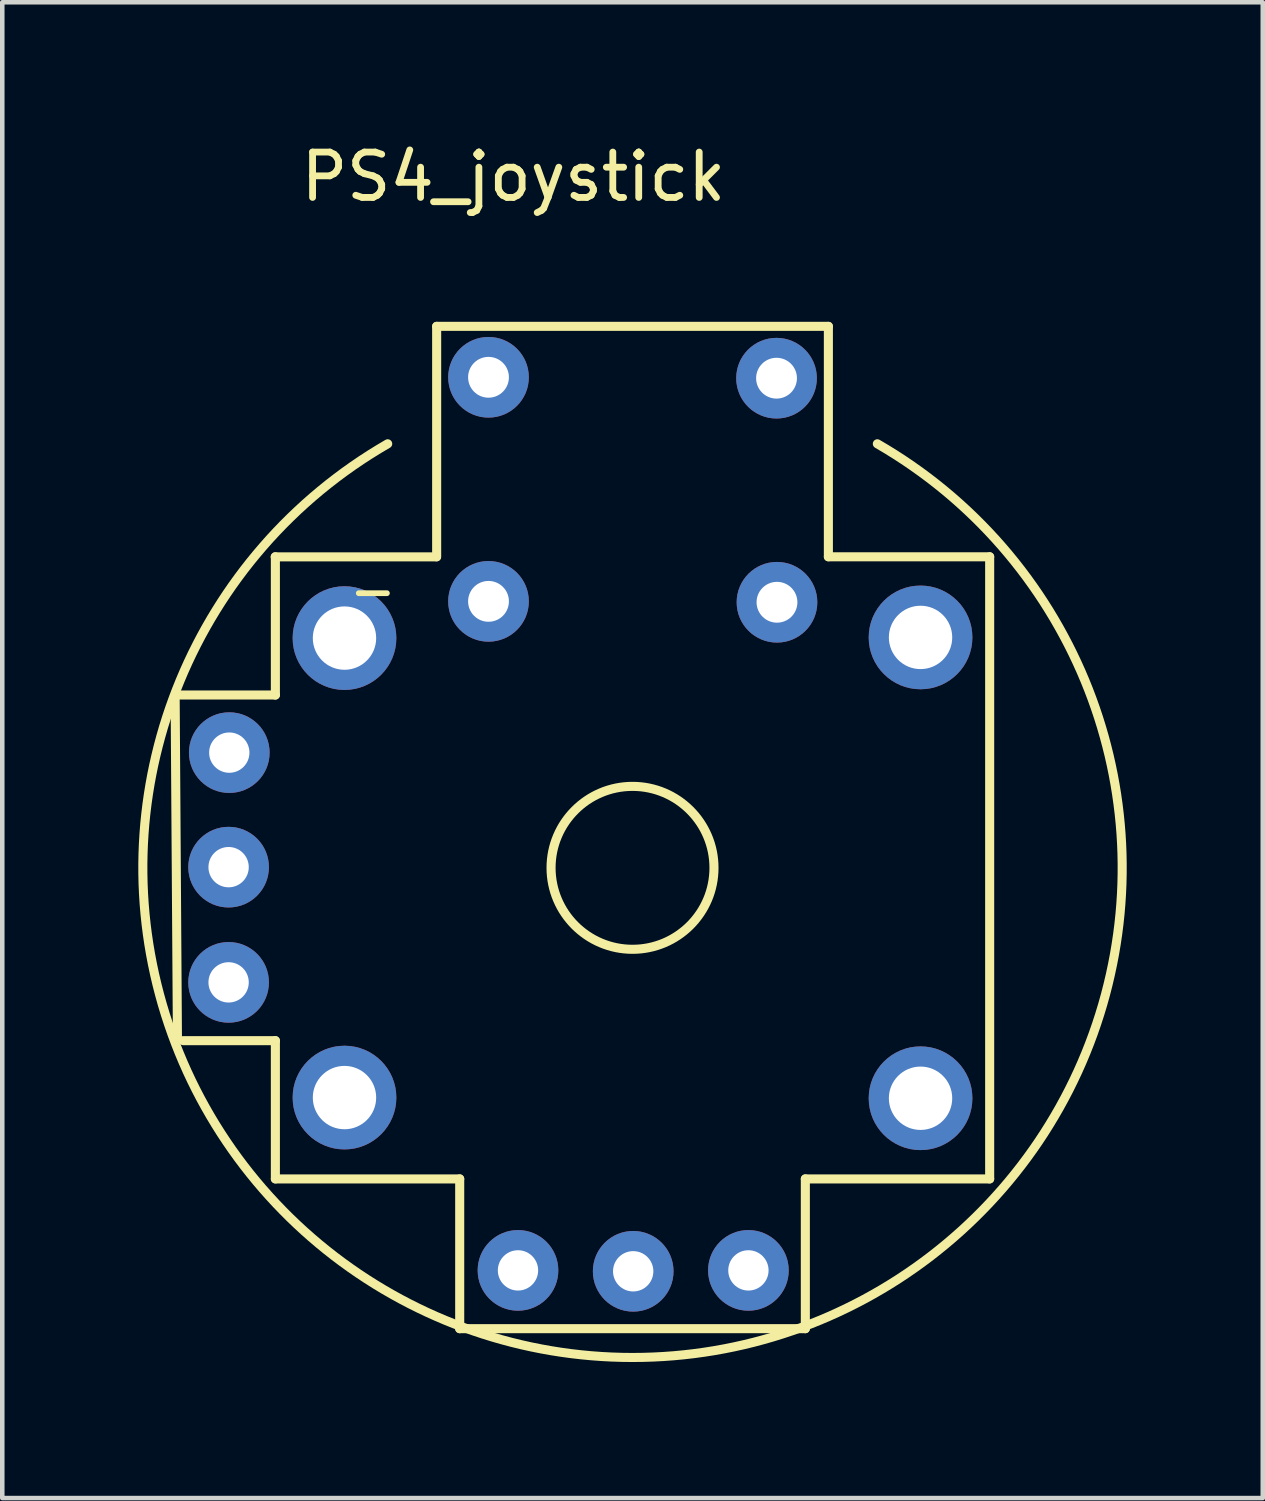
<source format=kicad_pcb>
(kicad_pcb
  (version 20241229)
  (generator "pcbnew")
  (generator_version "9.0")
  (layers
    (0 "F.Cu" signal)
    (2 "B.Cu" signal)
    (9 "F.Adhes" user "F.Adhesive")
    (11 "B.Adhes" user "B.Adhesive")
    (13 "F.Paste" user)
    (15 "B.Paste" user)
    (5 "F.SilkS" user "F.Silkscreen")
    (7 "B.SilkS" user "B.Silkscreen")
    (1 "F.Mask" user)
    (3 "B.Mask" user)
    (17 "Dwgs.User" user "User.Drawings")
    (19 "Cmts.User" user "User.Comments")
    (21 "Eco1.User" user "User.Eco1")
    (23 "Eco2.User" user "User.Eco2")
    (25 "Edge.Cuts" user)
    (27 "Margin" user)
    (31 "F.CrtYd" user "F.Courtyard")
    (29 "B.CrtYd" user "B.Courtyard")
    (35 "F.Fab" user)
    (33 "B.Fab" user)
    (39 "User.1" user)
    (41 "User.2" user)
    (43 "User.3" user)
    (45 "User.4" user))
  (footprint "PS4_joystick"
    (layer "F.Cu")
    (at 10.895 16.083)
    (property "Reference" "PS4_joystick" (at -2.625 -15.235 0) (layer "F.SilkS") (effects (font (size 1 1) (thickness 0.15))))
    (attr through_hole)
    (fp_line (start -10.084 -3.81) (end -7.874 -3.81) (stroke (width 0.2) (type solid)) (layer "F.SilkS"))
    (fp_line (start -10.033 3.81) (end -10.084 -3.81) (stroke (width 0.2) (type solid)) (layer "F.SilkS"))
    (fp_line (start -7.878 -6.856) (end -4.322 -6.856) (stroke (width 0.2) (type solid)) (layer "F.SilkS"))
    (fp_line (start -7.874 -3.81) (end -7.874 -6.858) (stroke (width 0.2) (type solid)) (layer "F.SilkS"))
    (fp_line (start -7.874 3.81) (end -9.906 3.81) (stroke (width 0.2) (type solid)) (layer "F.SilkS"))
    (fp_line (start -7.874 6.858) (end -7.874 3.81) (stroke (width 0.2) (type solid)) (layer "F.SilkS"))
    (fp_line (start -6.035 -6.055) (end -5.415 -6.055) (stroke (width 0.127) (type solid)) (layer "F.SilkS"))
    (fp_line (start -4.318 -11.938) (end -4.318 -6.858) (stroke (width 0.2) (type solid)) (layer "F.SilkS"))
    (fp_line (start -4.318 -11.938) (end 4.318 -11.938) (stroke (width 0.2) (type solid)) (layer "F.SilkS"))
    (fp_line (start -3.81 6.858) (end -7.874 6.858) (stroke (width 0.2) (type solid)) (layer "F.SilkS"))
    (fp_line (start -3.81 10.16) (end -3.81 6.858) (stroke (width 0.2) (type solid)) (layer "F.SilkS"))
    (fp_line (start 3.81 6.858) (end 3.81 10.16) (stroke (width 0.2) (type solid)) (layer "F.SilkS"))
    (fp_line (start 3.81 10.16) (end -3.81 10.16) (stroke (width 0.2) (type solid)) (layer "F.SilkS"))
    (fp_line (start 4.318 -11.938) (end 4.318 -6.858) (stroke (width 0.2) (type solid)) (layer "F.SilkS"))
    (fp_line (start 4.318 -6.858) (end 7.874 -6.858) (stroke (width 0.2) (type solid)) (layer "F.SilkS"))
    (fp_line (start 7.874 -6.858) (end 7.874 6.858) (stroke (width 0.2) (type solid)) (layer "F.SilkS"))
    (fp_line (start 7.874 6.858) (end 3.81 6.858) (stroke (width 0.2) (type solid)) (layer "F.SilkS"))
    (fp_arc (start 5.3975 -9.348749) (mid 0 10.794995) (end -5.3975 -9.348749) (stroke (width 0.2) (type solid)) (layer "F.SilkS"))
    (fp_circle (center 0 0) (end 1.796 0) (stroke (width 0.2) (type solid)) (fill no) (layer "F.SilkS"))
    (fp_line (start -9.906 3.81) (end -10.033 3.81) (stroke (width 0.2) (type solid)) (layer "Eco1.User"))
    (fp_line (start -4.318 -11.938) (end -4.318 -11.938) (stroke (width 0.2) (type solid)) (layer "Eco1.User"))
    (fp_circle (center -8.89 -2.54) (end -8.445 -2.54) (stroke (width 0.2) (type solid)) (fill no) (layer "Eco1.User"))
    (fp_circle (center -8.89 -2.54) (end -8.42 -2.54) (stroke (width 0.2) (type solid)) (fill no) (layer "Eco1.User"))
    (fp_circle (center -8.89 -2.54) (end -8.42 -2.54) (stroke (width 0.2) (type solid)) (fill no) (layer "Eco1.User"))
    (fp_circle (center -8.89 -2.54) (end -8.001 -2.54) (stroke (width 0.2) (type solid)) (fill no) (layer "Eco1.User"))
    (fp_circle (center -8.89 -2.54) (end -7.95 -2.54) (stroke (width 0.2) (type solid)) (fill no) (layer "Eco1.User"))
    (fp_circle (center -8.89 -2.54) (end -7.95 -2.54) (stroke (width 0.2) (type solid)) (fill no) (layer "Eco1.User"))
    (fp_circle (center -8.89 0) (end -8.445 0) (stroke (width 0.2) (type solid)) (fill no) (layer "Eco1.User"))
    (fp_circle (center -8.89 0) (end -8.42 0) (stroke (width 0.2) (type solid)) (fill no) (layer "Eco1.User"))
    (fp_circle (center -8.89 0) (end -8.42 0) (stroke (width 0.2) (type solid)) (fill no) (layer "Eco1.User"))
    (fp_circle (center -8.89 0) (end -8.001 0) (stroke (width 0.2) (type solid)) (fill no) (layer "Eco1.User"))
    (fp_circle (center -8.89 0) (end -7.95 0) (stroke (width 0.2) (type solid)) (fill no) (layer "Eco1.User"))
    (fp_circle (center -8.89 0) (end -7.95 0) (stroke (width 0.2) (type solid)) (fill no) (layer "Eco1.User"))
    (fp_circle (center -8.89 2.54) (end -8.445 2.54) (stroke (width 0.2) (type solid)) (fill no) (layer "Eco1.User"))
    (fp_circle (center -8.89 2.54) (end -8.42 2.54) (stroke (width 0.2) (type solid)) (fill no) (layer "Eco1.User"))
    (fp_circle (center -8.89 2.54) (end -8.42 2.54) (stroke (width 0.2) (type solid)) (fill no) (layer "Eco1.User"))
    (fp_circle (center -8.89 2.54) (end -8.001 2.54) (stroke (width 0.2) (type solid)) (fill no) (layer "Eco1.User"))
    (fp_circle (center -8.89 2.54) (end -7.95 2.54) (stroke (width 0.2) (type solid)) (fill no) (layer "Eco1.User"))
    (fp_circle (center -8.89 2.54) (end -7.95 2.54) (stroke (width 0.2) (type solid)) (fill no) (layer "Eco1.User"))
    (fp_circle (center -6.35 -5.08) (end -5.652 -5.08) (stroke (width 0.2) (type solid)) (fill no) (layer "Eco1.User"))
    (fp_circle (center -6.35 -5.08) (end -5.62 -5.08) (stroke (width 0.2) (type solid)) (fill no) (layer "Eco1.User"))
    (fp_circle (center -6.35 -5.08) (end -5.62 -5.08) (stroke (width 0.2) (type solid)) (fill no) (layer "Eco1.User"))
    (fp_circle (center -6.35 -5.08) (end -5.207 -5.08) (stroke (width 0.2) (type solid)) (fill no) (layer "Eco1.User"))
    (fp_circle (center -6.35 -5.08) (end -5.156 -5.08) (stroke (width 0.2) (type solid)) (fill no) (layer "Eco1.User"))
    (fp_circle (center -6.35 -5.08) (end -5.156 -5.08) (stroke (width 0.2) (type solid)) (fill no) (layer "Eco1.User"))
    (fp_circle (center -6.35 5.08) (end -5.652 5.08) (stroke (width 0.2) (type solid)) (fill no) (layer "Eco1.User"))
    (fp_circle (center -6.35 5.08) (end -5.62 5.08) (stroke (width 0.2) (type solid)) (fill no) (layer "Eco1.User"))
    (fp_circle (center -6.35 5.08) (end -5.62 5.08) (stroke (width 0.2) (type solid)) (fill no) (layer "Eco1.User"))
    (fp_circle (center -6.35 5.08) (end -5.207 5.08) (stroke (width 0.2) (type solid)) (fill no) (layer "Eco1.User"))
    (fp_circle (center -6.35 5.08) (end -5.156 5.08) (stroke (width 0.2) (type solid)) (fill no) (layer "Eco1.User"))
    (fp_circle (center -6.35 5.08) (end -5.156 5.08) (stroke (width 0.2) (type solid)) (fill no) (layer "Eco1.User"))
    (fp_circle (center -3.175 -10.795) (end -2.731 -10.795) (stroke (width 0.2) (type solid)) (fill no) (layer "Eco1.User"))
    (fp_circle (center -3.175 -10.795) (end -2.705 -10.795) (stroke (width 0.2) (type solid)) (fill no) (layer "Eco1.User"))
    (fp_circle (center -3.175 -10.795) (end -2.705 -10.795) (stroke (width 0.2) (type solid)) (fill no) (layer "Eco1.User"))
    (fp_circle (center -3.175 -10.795) (end -2.286 -10.795) (stroke (width 0.2) (type solid)) (fill no) (layer "Eco1.User"))
    (fp_circle (center -3.175 -10.795) (end -2.235 -10.795) (stroke (width 0.2) (type solid)) (fill no) (layer "Eco1.User"))
    (fp_circle (center -3.175 -10.795) (end -2.235 -10.795) (stroke (width 0.2) (type solid)) (fill no) (layer "Eco1.User"))
    (fp_circle (center -3.175 -5.842) (end -2.731 -5.842) (stroke (width 0.2) (type solid)) (fill no) (layer "Eco1.User"))
    (fp_circle (center -3.175 -5.842) (end -2.705 -5.842) (stroke (width 0.2) (type solid)) (fill no) (layer "Eco1.User"))
    (fp_circle (center -3.175 -5.842) (end -2.705 -5.842) (stroke (width 0.2) (type solid)) (fill no) (layer "Eco1.User"))
    (fp_circle (center -3.175 -5.842) (end -2.286 -5.842) (stroke (width 0.2) (type solid)) (fill no) (layer "Eco1.User"))
    (fp_circle (center -3.175 -5.842) (end -2.235 -5.842) (stroke (width 0.2) (type solid)) (fill no) (layer "Eco1.User"))
    (fp_circle (center -3.175 -5.842) (end -2.235 -5.842) (stroke (width 0.2) (type solid)) (fill no) (layer "Eco1.User"))
    (fp_circle (center -2.54 8.89) (end -2.095 8.89) (stroke (width 0.2) (type solid)) (fill no) (layer "Eco1.User"))
    (fp_circle (center -2.54 8.89) (end -2.07 8.89) (stroke (width 0.2) (type solid)) (fill no) (layer "Eco1.User"))
    (fp_circle (center -2.54 8.89) (end -2.07 8.89) (stroke (width 0.2) (type solid)) (fill no) (layer "Eco1.User"))
    (fp_circle (center -2.54 8.89) (end -1.651 8.89) (stroke (width 0.2) (type solid)) (fill no) (layer "Eco1.User"))
    (fp_circle (center -2.54 8.89) (end -1.6 8.89) (stroke (width 0.2) (type solid)) (fill no) (layer "Eco1.User"))
    (fp_circle (center -2.54 8.89) (end -1.6 8.89) (stroke (width 0.2) (type solid)) (fill no) (layer "Eco1.User"))
    (fp_circle (center 0 8.89) (end 0.445 8.89) (stroke (width 0.2) (type solid)) (fill no) (layer "Eco1.User"))
    (fp_circle (center 0 8.89) (end 0.47 8.89) (stroke (width 0.2) (type solid)) (fill no) (layer "Eco1.User"))
    (fp_circle (center 0 8.89) (end 0.47 8.89) (stroke (width 0.2) (type solid)) (fill no) (layer "Eco1.User"))
    (fp_circle (center 0 8.89) (end 0.889 8.89) (stroke (width 0.2) (type solid)) (fill no) (layer "Eco1.User"))
    (fp_circle (center 0 8.89) (end 0.94 8.89) (stroke (width 0.2) (type solid)) (fill no) (layer "Eco1.User"))
    (fp_circle (center 0 8.89) (end 0.94 8.89) (stroke (width 0.2) (type solid)) (fill no) (layer "Eco1.User"))
    (fp_circle (center 2.54 8.89) (end 2.985 8.89) (stroke (width 0.2) (type solid)) (fill no) (layer "Eco1.User"))
    (fp_circle (center 2.54 8.89) (end 3.01 8.89) (stroke (width 0.2) (type solid)) (fill no) (layer "Eco1.User"))
    (fp_circle (center 2.54 8.89) (end 3.01 8.89) (stroke (width 0.2) (type solid)) (fill no) (layer "Eco1.User"))
    (fp_circle (center 2.54 8.89) (end 3.429 8.89) (stroke (width 0.2) (type solid)) (fill no) (layer "Eco1.User"))
    (fp_circle (center 2.54 8.89) (end 3.48 8.89) (stroke (width 0.2) (type solid)) (fill no) (layer "Eco1.User"))
    (fp_circle (center 2.54 8.89) (end 3.48 8.89) (stroke (width 0.2) (type solid)) (fill no) (layer "Eco1.User"))
    (fp_circle (center 3.175 -10.795) (end 3.619 -10.795) (stroke (width 0.2) (type solid)) (fill no) (layer "Eco1.User"))
    (fp_circle (center 3.175 -10.795) (end 3.645 -10.795) (stroke (width 0.2) (type solid)) (fill no) (layer "Eco1.User"))
    (fp_circle (center 3.175 -10.795) (end 3.645 -10.795) (stroke (width 0.2) (type solid)) (fill no) (layer "Eco1.User"))
    (fp_circle (center 3.175 -10.795) (end 4.064 -10.795) (stroke (width 0.2) (type solid)) (fill no) (layer "Eco1.User"))
    (fp_circle (center 3.175 -10.795) (end 4.115 -10.795) (stroke (width 0.2) (type solid)) (fill no) (layer "Eco1.User"))
    (fp_circle (center 3.175 -10.795) (end 4.115 -10.795) (stroke (width 0.2) (type solid)) (fill no) (layer "Eco1.User"))
    (fp_circle (center 3.175 -5.842) (end 3.619 -5.842) (stroke (width 0.2) (type solid)) (fill no) (layer "Eco1.User"))
    (fp_circle (center 3.175 -5.842) (end 3.645 -5.842) (stroke (width 0.2) (type solid)) (fill no) (layer "Eco1.User"))
    (fp_circle (center 3.175 -5.842) (end 3.645 -5.842) (stroke (width 0.2) (type solid)) (fill no) (layer "Eco1.User"))
    (fp_circle (center 3.175 -5.842) (end 4.064 -5.842) (stroke (width 0.2) (type solid)) (fill no) (layer "Eco1.User"))
    (fp_circle (center 3.175 -5.842) (end 4.115 -5.842) (stroke (width 0.2) (type solid)) (fill no) (layer "Eco1.User"))
    (fp_circle (center 3.175 -5.842) (end 4.115 -5.842) (stroke (width 0.2) (type solid)) (fill no) (layer "Eco1.User"))
    (fp_circle (center 6.35 -5.08) (end 7.048 -5.08) (stroke (width 0.2) (type solid)) (fill no) (layer "Eco1.User"))
    (fp_circle (center 6.35 -5.08) (end 7.08 -5.08) (stroke (width 0.2) (type solid)) (fill no) (layer "Eco1.User"))
    (fp_circle (center 6.35 -5.08) (end 7.08 -5.08) (stroke (width 0.2) (type solid)) (fill no) (layer "Eco1.User"))
    (fp_circle (center 6.35 -5.08) (end 7.493 -5.08) (stroke (width 0.2) (type solid)) (fill no) (layer "Eco1.User"))
    (fp_circle (center 6.35 -5.08) (end 7.544 -5.08) (stroke (width 0.2) (type solid)) (fill no) (layer "Eco1.User"))
    (fp_circle (center 6.35 -5.08) (end 7.544 -5.08) (stroke (width 0.2) (type solid)) (fill no) (layer "Eco1.User"))
    (fp_circle (center 6.35 5.08) (end 7.048 5.08) (stroke (width 0.2) (type solid)) (fill no) (layer "Eco1.User"))
    (fp_circle (center 6.35 5.08) (end 7.08 5.08) (stroke (width 0.2) (type solid)) (fill no) (layer "Eco1.User"))
    (fp_circle (center 6.35 5.08) (end 7.08 5.08) (stroke (width 0.2) (type solid)) (fill no) (layer "Eco1.User"))
    (fp_circle (center 6.35 5.08) (end 7.493 5.08) (stroke (width 0.2) (type solid)) (fill no) (layer "Eco1.User"))
    (fp_circle (center 6.35 5.08) (end 7.544 5.08) (stroke (width 0.2) (type solid)) (fill no) (layer "Eco1.User"))
    (fp_circle (center 6.35 5.08) (end 7.544 5.08) (stroke (width 0.2) (type solid)) (fill no) (layer "Eco1.User"))
    (pad "B1A" thru_hole circle (at -3.175 -10.815) (size 1.778 1.778) (drill 0.9) (layers "*.Cu" "*.Mask"))
    (pad "B1B" thru_hole circle (at 3.175 -10.795) (size 1.778 1.778) (drill 0.9) (layers "*.Cu" "*.Mask"))
    (pad "B2A" thru_hole circle (at -3.175 -5.875) (size 1.778 1.778) (drill 0.9) (layers "*.Cu" "*.Mask"))
    (pad "B2B" thru_hole circle (at 3.185 -5.855) (size 1.778 1.778) (drill 0.9) (layers "*.Cu" "*.Mask"))
    (pad "H1" thru_hole circle (at -2.525 8.875) (size 1.778 1.778) (drill 0.889) (layers "*.Cu" "*.Mask"))
    (pad "H2" thru_hole circle (at 0.015 8.895) (size 1.778 1.778) (drill 0.889) (layers "*.Cu" "*.Mask"))
    (pad "H3" thru_hole circle (at 2.555 8.875) (size 1.778 1.778) (drill 0.889) (layers "*.Cu" "*.Mask"))
    (pad "S1" thru_hole circle (at -6.35 -5.065) (size 2.286 2.286) (drill 1.397) (layers "*.Cu" "*.Mask"))
    (pad "S2" thru_hole circle (at -6.35 5.065) (size 2.286 2.286) (drill 1.397) (layers "*.Cu" "*.Mask"))
    (pad "S3" thru_hole circle (at 6.35 5.08) (size 2.286 2.286) (drill 1.397) (layers "*.Cu" "*.Mask"))
    (pad "S4" thru_hole circle (at 6.35 -5.08) (size 2.286 2.286) (drill 1.397) (layers "*.Cu" "*.Mask"))
    (pad "V1" thru_hole circle (at -8.89 -2.54) (size 1.778 1.778) (drill 0.889) (layers "*.Cu" "*.Mask"))
    (pad "V2" thru_hole circle (at -8.905 -0.015) (size 1.778 1.778) (drill 0.889) (layers "*.Cu" "*.Mask"))
    (pad "V3" thru_hole circle (at -8.905 2.525) (size 1.778 1.778) (drill 0.889) (layers "*.Cu" "*.Mask")))
  (gr_rect
    (start -3 -3)
    (end 24.79 29.978)
    (stroke (width 0.1) (type default))
    (fill no)
    (layer "Edge.Cuts")))
</source>
